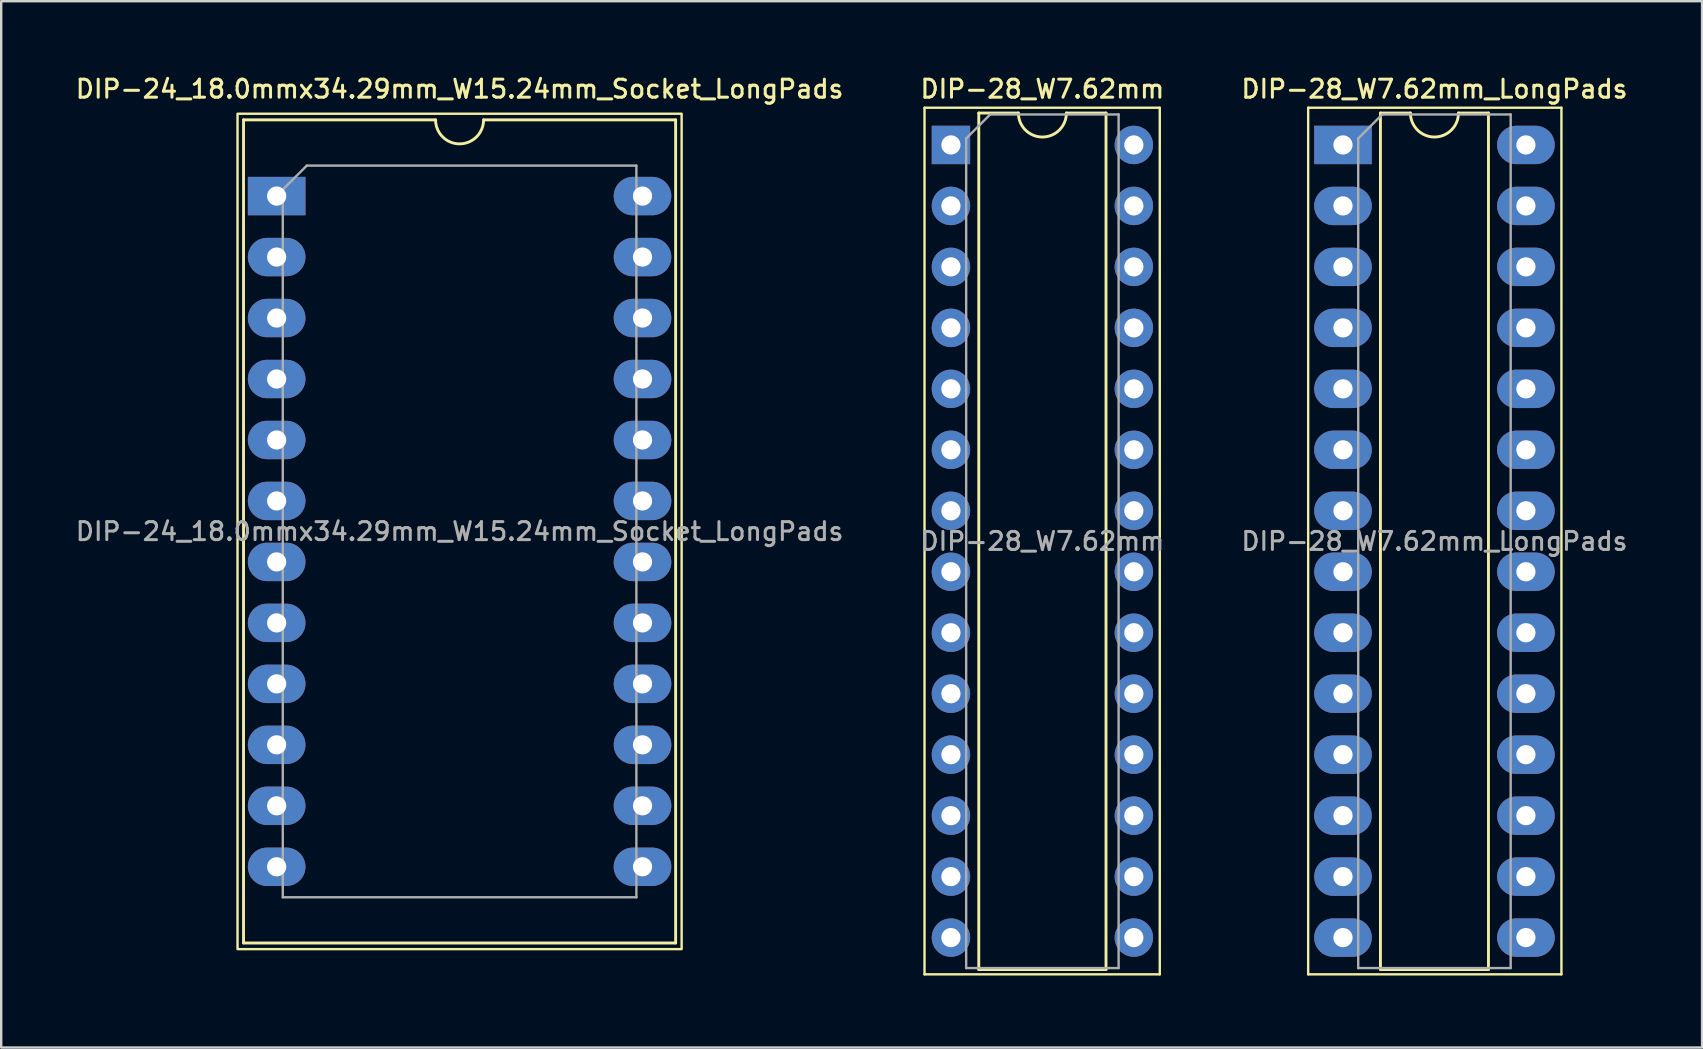
<source format=kicad_pcb>
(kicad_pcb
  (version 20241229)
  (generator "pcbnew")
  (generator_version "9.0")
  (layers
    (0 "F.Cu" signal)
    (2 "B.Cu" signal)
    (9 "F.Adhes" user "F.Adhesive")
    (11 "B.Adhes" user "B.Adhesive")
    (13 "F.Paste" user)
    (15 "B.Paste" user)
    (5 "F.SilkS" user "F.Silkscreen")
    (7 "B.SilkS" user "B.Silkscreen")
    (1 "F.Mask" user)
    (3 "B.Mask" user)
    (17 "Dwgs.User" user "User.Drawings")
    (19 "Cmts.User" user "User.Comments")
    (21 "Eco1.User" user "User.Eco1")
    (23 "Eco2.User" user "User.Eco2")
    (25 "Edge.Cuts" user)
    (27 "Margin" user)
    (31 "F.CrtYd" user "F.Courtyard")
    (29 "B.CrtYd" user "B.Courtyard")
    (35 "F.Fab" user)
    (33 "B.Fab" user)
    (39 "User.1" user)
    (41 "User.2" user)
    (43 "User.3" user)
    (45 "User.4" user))
  (footprint "DIP-24_18.0mmx34.29mm_W15.24mm_Socket_LongPads"
    (layer "F.Cu")
    (at 8.475 5.118)
    (property "Reference" "DIP-24_18.0mmx34.29mm_W15.24mm_Socket_LongPads" (at 7.62 -4.46 0) (layer "F.SilkS") (effects (font (size 0.75 0.75) (thickness 0.125))))
    (attr through_hole)
    (fp_line (start -1.38 -3.175) (end -1.38 31.115) (stroke (width 0.12) (type solid)) (layer "F.SilkS"))
    (fp_line (start -1.38 31.115) (end 16.62 31.115) (stroke (width 0.12) (type solid)) (layer "F.SilkS"))
    (fp_line (start 6.62 -3.175) (end -1.38 -3.175) (stroke (width 0.12) (type solid)) (layer "F.SilkS"))
    (fp_line (start 16.62 -3.175) (end 8.62 -3.175) (stroke (width 0.12) (type solid)) (layer "F.SilkS"))
    (fp_line (start 16.62 31.115) (end 16.62 -3.175) (stroke (width 0.12) (type solid)) (layer "F.SilkS"))
    (fp_rect (start -1.63 -3.43) (end 16.87 31.37) (stroke (width 0.1) (type default)) (fill no) (layer "F.SilkS"))
    (fp_arc (start 8.62 -3.175) (mid 7.62 -2.175) (end 6.62 -3.175) (stroke (width 0.12) (type solid)) (layer "F.SilkS"))
    (fp_line (start 0.255 -0.27) (end 1.255 -1.27) (stroke (width 0.1) (type solid)) (layer "F.Fab"))
    (fp_line (start 0.255 29.21) (end 0.255 -0.27) (stroke (width 0.1) (type solid)) (layer "F.Fab"))
    (fp_line (start 1.255 -1.27) (end 14.985 -1.27) (stroke (width 0.1) (type solid)) (layer "F.Fab"))
    (fp_line (start 14.985 -1.27) (end 14.985 29.21) (stroke (width 0.1) (type solid)) (layer "F.Fab"))
    (fp_line (start 14.985 29.21) (end 0.255 29.21) (stroke (width 0.1) (type solid)) (layer "F.Fab"))
    (fp_text user "${REFERENCE}" (at 7.62 13.97 0) (layer "F.Fab") (effects (font (size 0.75 0.75) (thickness 0.125))))
    (pad "1" thru_hole rect (at 0 0) (size 2.4 1.6) (drill 0.8) (layers "*.Cu" "*.Mask"))
    (pad "2" thru_hole oval (at 0 2.54) (size 2.4 1.6) (drill 0.8) (layers "*.Cu" "*.Mask"))
    (pad "3" thru_hole oval (at 0 5.08) (size 2.4 1.6) (drill 0.8) (layers "*.Cu" "*.Mask"))
    (pad "4" thru_hole oval (at 0 7.62) (size 2.4 1.6) (drill 0.8) (layers "*.Cu" "*.Mask"))
    (pad "5" thru_hole oval (at 0 10.16) (size 2.4 1.6) (drill 0.8) (layers "*.Cu" "*.Mask"))
    (pad "6" thru_hole oval (at 0 12.7) (size 2.4 1.6) (drill 0.8) (layers "*.Cu" "*.Mask"))
    (pad "7" thru_hole oval (at 0 15.24) (size 2.4 1.6) (drill 0.8) (layers "*.Cu" "*.Mask"))
    (pad "8" thru_hole oval (at 0 17.78) (size 2.4 1.6) (drill 0.8) (layers "*.Cu" "*.Mask"))
    (pad "9" thru_hole oval (at 0 20.32) (size 2.4 1.6) (drill 0.8) (layers "*.Cu" "*.Mask"))
    (pad "10" thru_hole oval (at 0 22.86) (size 2.4 1.6) (drill 0.8) (layers "*.Cu" "*.Mask"))
    (pad "11" thru_hole oval (at 0 25.4) (size 2.4 1.6) (drill 0.8) (layers "*.Cu" "*.Mask"))
    (pad "12" thru_hole oval (at 0 27.94) (size 2.4 1.6) (drill 0.8) (layers "*.Cu" "*.Mask"))
    (pad "13" thru_hole oval (at 15.24 27.94) (size 2.4 1.6) (drill 0.8) (layers "*.Cu" "*.Mask"))
    (pad "14" thru_hole oval (at 15.24 25.4) (size 2.4 1.6) (drill 0.8) (layers "*.Cu" "*.Mask"))
    (pad "15" thru_hole oval (at 15.24 22.86) (size 2.4 1.6) (drill 0.8) (layers "*.Cu" "*.Mask"))
    (pad "16" thru_hole oval (at 15.24 20.32) (size 2.4 1.6) (drill 0.8) (layers "*.Cu" "*.Mask"))
    (pad "17" thru_hole oval (at 15.24 17.78) (size 2.4 1.6) (drill 0.8) (layers "*.Cu" "*.Mask"))
    (pad "18" thru_hole oval (at 15.24 15.24) (size 2.4 1.6) (drill 0.8) (layers "*.Cu" "*.Mask"))
    (pad "19" thru_hole oval (at 15.24 12.7) (size 2.4 1.6) (drill 0.8) (layers "*.Cu" "*.Mask"))
    (pad "20" thru_hole oval (at 15.24 10.16) (size 2.4 1.6) (drill 0.8) (layers "*.Cu" "*.Mask"))
    (pad "21" thru_hole oval (at 15.24 7.62) (size 2.4 1.6) (drill 0.8) (layers "*.Cu" "*.Mask"))
    (pad "22" thru_hole oval (at 15.24 5.08) (size 2.4 1.6) (drill 0.8) (layers "*.Cu" "*.Mask"))
    (pad "23" thru_hole oval (at 15.24 2.54) (size 2.4 1.6) (drill 0.8) (layers "*.Cu" "*.Mask"))
    (pad "24" thru_hole oval (at 15.24 0) (size 2.4 1.6) (drill 0.8) (layers "*.Cu" "*.Mask")))
  (footprint "DIP-28_W7.62mm_LongPads"
    (layer "F.Cu")
    (at 52.895 2.988)
    (property "Reference" "DIP-28_W7.62mm_LongPads" (at 3.81 -2.33 0) (layer "F.SilkS") (effects (font (size 0.75 0.75) (thickness 0.125))))
    (attr through_hole)
    (fp_line (start -1.45 -1.55) (end -1.45 34.55) (stroke (width 0.1) (type solid)) (layer "F.SilkS"))
    (fp_line (start -1.45 34.55) (end 9.1 34.55) (stroke (width 0.1) (type solid)) (layer "F.SilkS"))
    (fp_line (start 1.56 -1.33) (end 1.56 34.35) (stroke (width 0.12) (type solid)) (layer "F.SilkS"))
    (fp_line (start 1.56 34.35) (end 6.06 34.35) (stroke (width 0.12) (type solid)) (layer "F.SilkS"))
    (fp_line (start 2.81 -1.33) (end 1.56 -1.33) (stroke (width 0.12) (type solid)) (layer "F.SilkS"))
    (fp_line (start 6.06 -1.33) (end 4.81 -1.33) (stroke (width 0.12) (type solid)) (layer "F.SilkS"))
    (fp_line (start 6.06 34.35) (end 6.06 -1.33) (stroke (width 0.12) (type solid)) (layer "F.SilkS"))
    (fp_line (start 9.1 -1.55) (end -1.45 -1.55) (stroke (width 0.1) (type solid)) (layer "F.SilkS"))
    (fp_line (start 9.1 34.55) (end 9.1 -1.55) (stroke (width 0.1) (type solid)) (layer "F.SilkS"))
    (fp_arc (start 4.81 -1.33) (mid 3.81 -0.33) (end 2.81 -1.33) (stroke (width 0.12) (type solid)) (layer "F.SilkS"))
    (fp_line (start 0.635 -0.27) (end 1.635 -1.27) (stroke (width 0.1) (type solid)) (layer "F.Fab"))
    (fp_line (start 0.635 34.29) (end 0.635 -0.27) (stroke (width 0.1) (type solid)) (layer "F.Fab"))
    (fp_line (start 1.635 -1.27) (end 6.985 -1.27) (stroke (width 0.1) (type solid)) (layer "F.Fab"))
    (fp_line (start 6.985 -1.27) (end 6.985 34.29) (stroke (width 0.1) (type solid)) (layer "F.Fab"))
    (fp_line (start 6.985 34.29) (end 0.635 34.29) (stroke (width 0.1) (type solid)) (layer "F.Fab"))
    (fp_text user "${REFERENCE}" (at 3.81 16.51 0) (layer "F.Fab") (effects (font (size 0.75 0.75) (thickness 0.125))))
    (pad "1" thru_hole rect (at 0 0) (size 2.4 1.6) (drill 0.8) (layers "*.Cu" "*.Mask"))
    (pad "2" thru_hole oval (at 0 2.54) (size 2.4 1.6) (drill 0.8) (layers "*.Cu" "*.Mask"))
    (pad "3" thru_hole oval (at 0 5.08) (size 2.4 1.6) (drill 0.8) (layers "*.Cu" "*.Mask"))
    (pad "4" thru_hole oval (at 0 7.62) (size 2.4 1.6) (drill 0.8) (layers "*.Cu" "*.Mask"))
    (pad "5" thru_hole oval (at 0 10.16) (size 2.4 1.6) (drill 0.8) (layers "*.Cu" "*.Mask"))
    (pad "6" thru_hole oval (at 0 12.7) (size 2.4 1.6) (drill 0.8) (layers "*.Cu" "*.Mask"))
    (pad "7" thru_hole oval (at 0 15.24) (size 2.4 1.6) (drill 0.8) (layers "*.Cu" "*.Mask"))
    (pad "8" thru_hole oval (at 0 17.78) (size 2.4 1.6) (drill 0.8) (layers "*.Cu" "*.Mask"))
    (pad "9" thru_hole oval (at 0 20.32) (size 2.4 1.6) (drill 0.8) (layers "*.Cu" "*.Mask"))
    (pad "10" thru_hole oval (at 0 22.86) (size 2.4 1.6) (drill 0.8) (layers "*.Cu" "*.Mask"))
    (pad "11" thru_hole oval (at 0 25.4) (size 2.4 1.6) (drill 0.8) (layers "*.Cu" "*.Mask"))
    (pad "12" thru_hole oval (at 0 27.94) (size 2.4 1.6) (drill 0.8) (layers "*.Cu" "*.Mask"))
    (pad "13" thru_hole oval (at 0 30.48) (size 2.4 1.6) (drill 0.8) (layers "*.Cu" "*.Mask"))
    (pad "14" thru_hole oval (at 0 33.02) (size 2.4 1.6) (drill 0.8) (layers "*.Cu" "*.Mask"))
    (pad "15" thru_hole oval (at 7.62 33.02) (size 2.4 1.6) (drill 0.8) (layers "*.Cu" "*.Mask"))
    (pad "16" thru_hole oval (at 7.62 30.48) (size 2.4 1.6) (drill 0.8) (layers "*.Cu" "*.Mask"))
    (pad "17" thru_hole oval (at 7.62 27.94) (size 2.4 1.6) (drill 0.8) (layers "*.Cu" "*.Mask"))
    (pad "18" thru_hole oval (at 7.62 25.4) (size 2.4 1.6) (drill 0.8) (layers "*.Cu" "*.Mask"))
    (pad "19" thru_hole oval (at 7.62 22.86) (size 2.4 1.6) (drill 0.8) (layers "*.Cu" "*.Mask"))
    (pad "20" thru_hole oval (at 7.62 20.32) (size 2.4 1.6) (drill 0.8) (layers "*.Cu" "*.Mask"))
    (pad "21" thru_hole oval (at 7.62 17.78) (size 2.4 1.6) (drill 0.8) (layers "*.Cu" "*.Mask"))
    (pad "22" thru_hole oval (at 7.62 15.24) (size 2.4 1.6) (drill 0.8) (layers "*.Cu" "*.Mask"))
    (pad "23" thru_hole oval (at 7.62 12.7) (size 2.4 1.6) (drill 0.8) (layers "*.Cu" "*.Mask"))
    (pad "24" thru_hole oval (at 7.62 10.16) (size 2.4 1.6) (drill 0.8) (layers "*.Cu" "*.Mask"))
    (pad "25" thru_hole oval (at 7.62 7.62) (size 2.4 1.6) (drill 0.8) (layers "*.Cu" "*.Mask"))
    (pad "26" thru_hole oval (at 7.62 5.08) (size 2.4 1.6) (drill 0.8) (layers "*.Cu" "*.Mask"))
    (pad "27" thru_hole oval (at 7.62 2.54) (size 2.4 1.6) (drill 0.8) (layers "*.Cu" "*.Mask"))
    (pad "28" thru_hole oval (at 7.62 0) (size 2.4 1.6) (drill 0.8) (layers "*.Cu" "*.Mask")))
  (footprint "DIP-28_W7.62mm"
    (layer "F.Cu")
    (at 36.563 2.988)
    (property "Reference" "DIP-28_W7.62mm" (at 3.81 -2.33 0) (layer "F.SilkS") (effects (font (size 0.75 0.75) (thickness 0.125))))
    (attr through_hole)
    (fp_line (start -1.1 -1.55) (end -1.1 34.55) (stroke (width 0.1) (type solid)) (layer "F.SilkS"))
    (fp_line (start -1.1 34.55) (end 8.7 34.55) (stroke (width 0.1) (type solid)) (layer "F.SilkS"))
    (fp_line (start 1.16 -1.33) (end 1.16 34.35) (stroke (width 0.12) (type solid)) (layer "F.SilkS"))
    (fp_line (start 1.16 34.35) (end 6.46 34.35) (stroke (width 0.12) (type solid)) (layer "F.SilkS"))
    (fp_line (start 2.81 -1.33) (end 1.16 -1.33) (stroke (width 0.12) (type solid)) (layer "F.SilkS"))
    (fp_line (start 6.46 -1.33) (end 4.81 -1.33) (stroke (width 0.12) (type solid)) (layer "F.SilkS"))
    (fp_line (start 6.46 34.35) (end 6.46 -1.33) (stroke (width 0.12) (type solid)) (layer "F.SilkS"))
    (fp_line (start 8.7 -1.55) (end -1.1 -1.55) (stroke (width 0.1) (type solid)) (layer "F.SilkS"))
    (fp_line (start 8.7 34.55) (end 8.7 -1.55) (stroke (width 0.1) (type solid)) (layer "F.SilkS"))
    (fp_arc (start 4.81 -1.33) (mid 3.81 -0.33) (end 2.81 -1.33) (stroke (width 0.12) (type solid)) (layer "F.SilkS"))
    (fp_line (start 0.635 -0.27) (end 1.635 -1.27) (stroke (width 0.1) (type solid)) (layer "F.Fab"))
    (fp_line (start 0.635 34.29) (end 0.635 -0.27) (stroke (width 0.1) (type solid)) (layer "F.Fab"))
    (fp_line (start 1.635 -1.27) (end 6.985 -1.27) (stroke (width 0.1) (type solid)) (layer "F.Fab"))
    (fp_line (start 6.985 -1.27) (end 6.985 34.29) (stroke (width 0.1) (type solid)) (layer "F.Fab"))
    (fp_line (start 6.985 34.29) (end 0.635 34.29) (stroke (width 0.1) (type solid)) (layer "F.Fab"))
    (fp_text user "${REFERENCE}" (at 3.81 16.51 0) (layer "F.Fab") (effects (font (size 0.75 0.75) (thickness 0.125))))
    (pad "1" thru_hole rect (at 0 0) (size 1.6 1.6) (drill 0.8) (layers "*.Cu" "*.Mask"))
    (pad "2" thru_hole oval (at 0 2.54) (size 1.6 1.6) (drill 0.8) (layers "*.Cu" "*.Mask"))
    (pad "3" thru_hole oval (at 0 5.08) (size 1.6 1.6) (drill 0.8) (layers "*.Cu" "*.Mask"))
    (pad "4" thru_hole oval (at 0 7.62) (size 1.6 1.6) (drill 0.8) (layers "*.Cu" "*.Mask"))
    (pad "5" thru_hole oval (at 0 10.16) (size 1.6 1.6) (drill 0.8) (layers "*.Cu" "*.Mask"))
    (pad "6" thru_hole oval (at 0 12.7) (size 1.6 1.6) (drill 0.8) (layers "*.Cu" "*.Mask"))
    (pad "7" thru_hole oval (at 0 15.24) (size 1.6 1.6) (drill 0.8) (layers "*.Cu" "*.Mask"))
    (pad "8" thru_hole oval (at 0 17.78) (size 1.6 1.6) (drill 0.8) (layers "*.Cu" "*.Mask"))
    (pad "9" thru_hole oval (at 0 20.32) (size 1.6 1.6) (drill 0.8) (layers "*.Cu" "*.Mask"))
    (pad "10" thru_hole oval (at 0 22.86) (size 1.6 1.6) (drill 0.8) (layers "*.Cu" "*.Mask"))
    (pad "11" thru_hole oval (at 0 25.4) (size 1.6 1.6) (drill 0.8) (layers "*.Cu" "*.Mask"))
    (pad "12" thru_hole oval (at 0 27.94) (size 1.6 1.6) (drill 0.8) (layers "*.Cu" "*.Mask"))
    (pad "13" thru_hole oval (at 0 30.48) (size 1.6 1.6) (drill 0.8) (layers "*.Cu" "*.Mask"))
    (pad "14" thru_hole oval (at 0 33.02) (size 1.6 1.6) (drill 0.8) (layers "*.Cu" "*.Mask"))
    (pad "15" thru_hole oval (at 7.62 33.02) (size 1.6 1.6) (drill 0.8) (layers "*.Cu" "*.Mask"))
    (pad "16" thru_hole oval (at 7.62 30.48) (size 1.6 1.6) (drill 0.8) (layers "*.Cu" "*.Mask"))
    (pad "17" thru_hole oval (at 7.62 27.94) (size 1.6 1.6) (drill 0.8) (layers "*.Cu" "*.Mask"))
    (pad "18" thru_hole oval (at 7.62 25.4) (size 1.6 1.6) (drill 0.8) (layers "*.Cu" "*.Mask"))
    (pad "19" thru_hole oval (at 7.62 22.86) (size 1.6 1.6) (drill 0.8) (layers "*.Cu" "*.Mask"))
    (pad "20" thru_hole oval (at 7.62 20.32) (size 1.6 1.6) (drill 0.8) (layers "*.Cu" "*.Mask"))
    (pad "21" thru_hole oval (at 7.62 17.78) (size 1.6 1.6) (drill 0.8) (layers "*.Cu" "*.Mask"))
    (pad "22" thru_hole oval (at 7.62 15.24) (size 1.6 1.6) (drill 0.8) (layers "*.Cu" "*.Mask"))
    (pad "23" thru_hole oval (at 7.62 12.7) (size 1.6 1.6) (drill 0.8) (layers "*.Cu" "*.Mask"))
    (pad "24" thru_hole oval (at 7.62 10.16) (size 1.6 1.6) (drill 0.8) (layers "*.Cu" "*.Mask"))
    (pad "25" thru_hole oval (at 7.62 7.62) (size 1.6 1.6) (drill 0.8) (layers "*.Cu" "*.Mask"))
    (pad "26" thru_hole oval (at 7.62 5.08) (size 1.6 1.6) (drill 0.8) (layers "*.Cu" "*.Mask"))
    (pad "27" thru_hole oval (at 7.62 2.54) (size 1.6 1.6) (drill 0.8) (layers "*.Cu" "*.Mask"))
    (pad "28" thru_hole oval (at 7.62 0) (size 1.6 1.6) (drill 0.8) (layers "*.Cu" "*.Mask")))
  (gr_rect
    (start -3 -3)
    (end 67.854 40.588)
    (stroke (width 0.1) (type default))
    (fill no)
    (layer "Edge.Cuts")))
</source>
